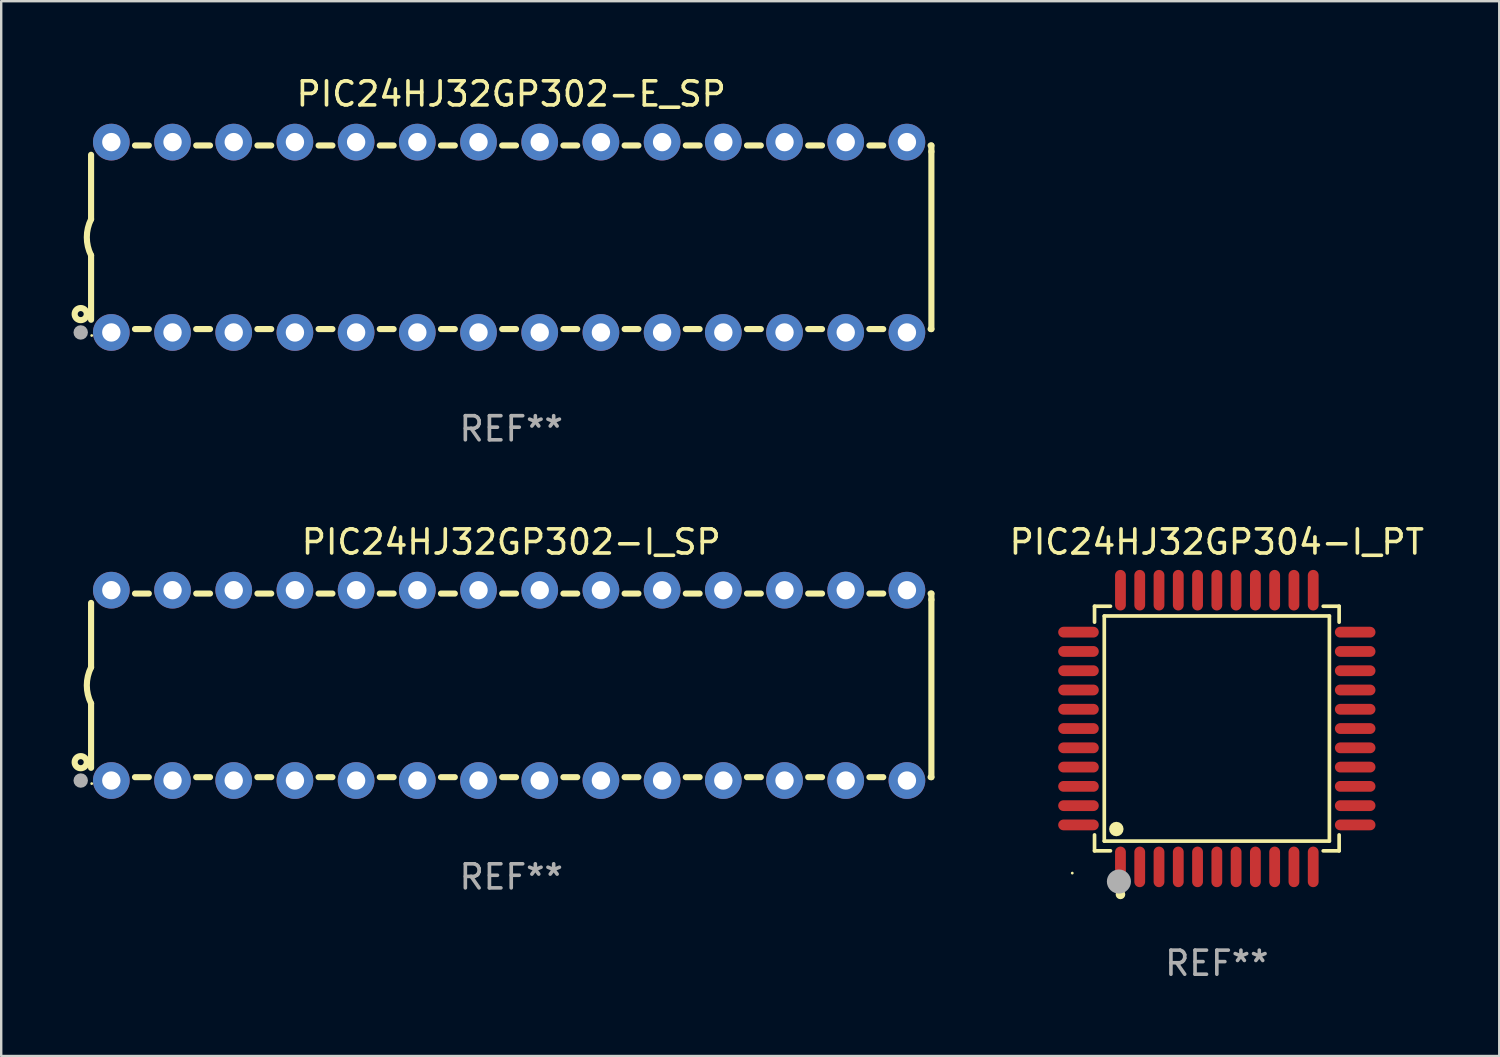
<source format=kicad_pcb>
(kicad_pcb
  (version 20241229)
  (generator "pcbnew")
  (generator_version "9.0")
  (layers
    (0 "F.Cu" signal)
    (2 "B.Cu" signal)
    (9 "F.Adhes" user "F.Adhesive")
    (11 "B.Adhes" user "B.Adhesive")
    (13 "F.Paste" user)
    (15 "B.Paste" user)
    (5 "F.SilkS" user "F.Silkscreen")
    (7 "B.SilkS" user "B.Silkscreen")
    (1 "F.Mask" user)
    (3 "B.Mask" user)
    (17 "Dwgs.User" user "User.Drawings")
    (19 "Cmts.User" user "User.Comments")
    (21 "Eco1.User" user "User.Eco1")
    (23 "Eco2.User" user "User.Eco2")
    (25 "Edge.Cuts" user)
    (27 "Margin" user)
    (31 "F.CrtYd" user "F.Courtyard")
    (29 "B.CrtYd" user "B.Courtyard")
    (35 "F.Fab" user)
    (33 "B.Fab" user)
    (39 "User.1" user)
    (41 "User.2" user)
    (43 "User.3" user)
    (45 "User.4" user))
  (footprint "PIC24HJ32GP302-I_SP"
    (layer "F.Cu")
    (at 18.168 25.395)
    (property "Reference" "PIC24HJ32GP302-I_SP" (at 0 -5.95 0) (layer "F.SilkS") (effects (font (size 1 1) (thickness 0.15))))
    (attr through_hole)
    (fp_line (start -17.438 0.75) (end -17.438 3.423) (stroke (width 0.254) (type solid)) (layer "F.SilkS"))
    (fp_line (start -17.438 -3.423) (end -17.438 -0.75) (stroke (width 0.254) (type solid)) (layer "F.SilkS"))
    (fp_line (start -15.615 3.81) (end -15.041 3.81) (stroke (width 0.254) (type solid)) (layer "F.SilkS"))
    (fp_line (start -15.041 -3.81) (end -15.614 -3.81) (stroke (width 0.254) (type solid)) (layer "F.SilkS"))
    (fp_line (start -13.075 3.81) (end -12.501 3.81) (stroke (width 0.254) (type solid)) (layer "F.SilkS"))
    (fp_line (start -12.501 -3.81) (end -13.074 -3.81) (stroke (width 0.254) (type solid)) (layer "F.SilkS"))
    (fp_line (start -10.535 3.81) (end -9.961 3.81) (stroke (width 0.254) (type solid)) (layer "F.SilkS"))
    (fp_line (start -9.961 -3.81) (end -10.534 -3.81) (stroke (width 0.254) (type solid)) (layer "F.SilkS"))
    (fp_line (start -7.995 3.81) (end -7.421 3.81) (stroke (width 0.254) (type solid)) (layer "F.SilkS"))
    (fp_line (start -7.421 -3.81) (end -7.995 -3.81) (stroke (width 0.254) (type solid)) (layer "F.SilkS"))
    (fp_line (start -5.455 3.81) (end -4.881 3.81) (stroke (width 0.254) (type solid)) (layer "F.SilkS"))
    (fp_line (start -4.881 -3.81) (end -5.455 -3.81) (stroke (width 0.254) (type solid)) (layer "F.SilkS"))
    (fp_line (start -2.915 3.81) (end -2.341 3.81) (stroke (width 0.254) (type solid)) (layer "F.SilkS"))
    (fp_line (start -2.341 -3.81) (end -2.915 -3.81) (stroke (width 0.254) (type solid)) (layer "F.SilkS"))
    (fp_line (start -0.375 3.81) (end 0.199 3.81) (stroke (width 0.254) (type solid)) (layer "F.SilkS"))
    (fp_line (start 0.199 -3.81) (end -0.375 -3.81) (stroke (width 0.254) (type solid)) (layer "F.SilkS"))
    (fp_line (start 2.165 3.81) (end 2.739 3.81) (stroke (width 0.254) (type solid)) (layer "F.SilkS"))
    (fp_line (start 2.739 -3.81) (end 2.165 -3.81) (stroke (width 0.254) (type solid)) (layer "F.SilkS"))
    (fp_line (start 4.705 3.81) (end 5.279 3.81) (stroke (width 0.254) (type solid)) (layer "F.SilkS"))
    (fp_line (start 5.279 -3.81) (end 4.705 -3.81) (stroke (width 0.254) (type solid)) (layer "F.SilkS"))
    (fp_line (start 7.245 3.81) (end 7.819 3.81) (stroke (width 0.254) (type solid)) (layer "F.SilkS"))
    (fp_line (start 7.819 -3.81) (end 7.245 -3.81) (stroke (width 0.254) (type solid)) (layer "F.SilkS"))
    (fp_line (start 9.785 3.81) (end 10.359 3.81) (stroke (width 0.254) (type solid)) (layer "F.SilkS"))
    (fp_line (start 10.359 -3.81) (end 9.785 -3.81) (stroke (width 0.254) (type solid)) (layer "F.SilkS"))
    (fp_line (start 12.325 3.81) (end 12.899 3.81) (stroke (width 0.254) (type solid)) (layer "F.SilkS"))
    (fp_line (start 12.899 -3.81) (end 12.325 -3.81) (stroke (width 0.254) (type solid)) (layer "F.SilkS"))
    (fp_line (start 14.865 3.81) (end 15.439 3.81) (stroke (width 0.254) (type solid)) (layer "F.SilkS"))
    (fp_line (start 15.439 -3.81) (end 14.865 -3.81) (stroke (width 0.254) (type solid)) (layer "F.SilkS"))
    (fp_line (start 17.405 3.81) (end 17.438 3.81) (stroke (width 0.254) (type solid)) (layer "F.SilkS"))
    (fp_line (start 17.438 -3.81) (end 17.405 -3.81) (stroke (width 0.254) (type solid)) (layer "F.SilkS"))
    (fp_line (start 17.438 -3.556) (end 17.438 -3.81) (stroke (width 0.254) (type solid)) (layer "F.SilkS"))
    (fp_line (start 17.438 3.81) (end 17.438 -3.556) (stroke (width 0.254) (type solid)) (layer "F.SilkS"))
    (fp_arc (start -17.437986 0.749657) (mid -17.614887 -0.000024) (end -17.437783 -0.749657) (stroke (width 0.254001) (type solid)) (layer "F.SilkS"))
    (fp_circle (center -17.868 3.188) (end -17.743 3.188) (stroke (width 0.254) (type solid)) (fill no) (layer "F.SilkS"))
    (fp_circle (center -17.411 4.077) (end -17.381 4.077) (stroke (width 0.06) (type solid)) (fill no) (layer "F.SilkS"))
    (fp_circle (center -17.868 3.95) (end -17.718 3.95) (stroke (width 0.3) (type solid)) (fill no) (layer "F.Fab"))
    (fp_text user "REF**" (at 0 7.95 0) (layer "F.Fab") (effects (font (size 1 1) (thickness 0.15))))
    (pad "1" thru_hole circle (at -16.598 3.95) (size 1.524 1.524) (drill 0.762) (layers "*.Cu" "*.Mask"))
    (pad "2" thru_hole circle (at -14.058 3.95) (size 1.524 1.524) (drill 0.762) (layers "*.Cu" "*.Mask"))
    (pad "3" thru_hole circle (at -11.518 3.95) (size 1.524 1.524) (drill 0.762) (layers "*.Cu" "*.Mask"))
    (pad "4" thru_hole circle (at -8.978 3.95) (size 1.524 1.524) (drill 0.762) (layers "*.Cu" "*.Mask"))
    (pad "5" thru_hole circle (at -6.438 3.95) (size 1.524 1.524) (drill 0.762) (layers "*.Cu" "*.Mask"))
    (pad "6" thru_hole circle (at -3.898 3.95) (size 1.524 1.524) (drill 0.762) (layers "*.Cu" "*.Mask"))
    (pad "7" thru_hole circle (at -1.358 3.95) (size 1.524 1.524) (drill 0.762) (layers "*.Cu" "*.Mask"))
    (pad "8" thru_hole circle (at 1.182 3.95) (size 1.524 1.524) (drill 0.762) (layers "*.Cu" "*.Mask"))
    (pad "9" thru_hole circle (at 3.722 3.95) (size 1.524 1.524) (drill 0.762) (layers "*.Cu" "*.Mask"))
    (pad "10" thru_hole circle (at 6.262 3.95) (size 1.524 1.524) (drill 0.762) (layers "*.Cu" "*.Mask"))
    (pad "11" thru_hole circle (at 8.802 3.95) (size 1.524 1.524) (drill 0.762) (layers "*.Cu" "*.Mask"))
    (pad "12" thru_hole circle (at 11.342 3.95) (size 1.524 1.524) (drill 0.762) (layers "*.Cu" "*.Mask"))
    (pad "13" thru_hole circle (at 13.882 3.95) (size 1.524 1.524) (drill 0.762) (layers "*.Cu" "*.Mask"))
    (pad "14" thru_hole circle (at 16.422 3.95) (size 1.524 1.524) (drill 0.762) (layers "*.Cu" "*.Mask"))
    (pad "15" thru_hole circle (at 16.422 -3.95) (size 1.524 1.524) (drill 0.762) (layers "*.Cu" "*.Mask"))
    (pad "16" thru_hole circle (at 13.882 -3.95) (size 1.524 1.524) (drill 0.762) (layers "*.Cu" "*.Mask"))
    (pad "17" thru_hole circle (at 11.342 -3.95) (size 1.524 1.524) (drill 0.762) (layers "*.Cu" "*.Mask"))
    (pad "18" thru_hole circle (at 8.802 -3.95) (size 1.524 1.524) (drill 0.762) (layers "*.Cu" "*.Mask"))
    (pad "19" thru_hole circle (at 6.262 -3.95) (size 1.524 1.524) (drill 0.762) (layers "*.Cu" "*.Mask"))
    (pad "20" thru_hole circle (at 3.722 -3.95) (size 1.524 1.524) (drill 0.762) (layers "*.Cu" "*.Mask"))
    (pad "21" thru_hole circle (at 1.182 -3.95) (size 1.524 1.524) (drill 0.762) (layers "*.Cu" "*.Mask"))
    (pad "22" thru_hole circle (at -1.358 -3.95) (size 1.524 1.524) (drill 0.762) (layers "*.Cu" "*.Mask"))
    (pad "23" thru_hole circle (at -3.898 -3.95) (size 1.524 1.524) (drill 0.762) (layers "*.Cu" "*.Mask"))
    (pad "24" thru_hole circle (at -6.438 -3.95) (size 1.524 1.524) (drill 0.762) (layers "*.Cu" "*.Mask"))
    (pad "25" thru_hole circle (at -8.978 -3.95) (size 1.524 1.524) (drill 0.762) (layers "*.Cu" "*.Mask"))
    (pad "26" thru_hole circle (at -11.517 -3.95) (size 1.524 1.524) (drill 0.762) (layers "*.Cu" "*.Mask"))
    (pad "27" thru_hole circle (at -14.057 -3.95) (size 1.524 1.524) (drill 0.762) (layers "*.Cu" "*.Mask"))
    (pad "28" thru_hole circle (at -16.597 -3.95) (size 1.524 1.524) (drill 0.762) (layers "*.Cu" "*.Mask")))
  (footprint "PIC24HJ32GP302-E_SP"
    (layer "F.Cu")
    (at 18.168 6.798)
    (property "Reference" "PIC24HJ32GP302-E_SP" (at 0 -5.95 0) (layer "F.SilkS") (effects (font (size 1 1) (thickness 0.15))))
    (attr through_hole)
    (fp_line (start -17.438 0.75) (end -17.438 3.423) (stroke (width 0.254) (type solid)) (layer "F.SilkS"))
    (fp_line (start -17.438 -3.423) (end -17.438 -0.75) (stroke (width 0.254) (type solid)) (layer "F.SilkS"))
    (fp_line (start -15.615 3.81) (end -15.041 3.81) (stroke (width 0.254) (type solid)) (layer "F.SilkS"))
    (fp_line (start -15.041 -3.81) (end -15.614 -3.81) (stroke (width 0.254) (type solid)) (layer "F.SilkS"))
    (fp_line (start -13.075 3.81) (end -12.501 3.81) (stroke (width 0.254) (type solid)) (layer "F.SilkS"))
    (fp_line (start -12.501 -3.81) (end -13.074 -3.81) (stroke (width 0.254) (type solid)) (layer "F.SilkS"))
    (fp_line (start -10.535 3.81) (end -9.961 3.81) (stroke (width 0.254) (type solid)) (layer "F.SilkS"))
    (fp_line (start -9.961 -3.81) (end -10.534 -3.81) (stroke (width 0.254) (type solid)) (layer "F.SilkS"))
    (fp_line (start -7.995 3.81) (end -7.421 3.81) (stroke (width 0.254) (type solid)) (layer "F.SilkS"))
    (fp_line (start -7.421 -3.81) (end -7.995 -3.81) (stroke (width 0.254) (type solid)) (layer "F.SilkS"))
    (fp_line (start -5.455 3.81) (end -4.881 3.81) (stroke (width 0.254) (type solid)) (layer "F.SilkS"))
    (fp_line (start -4.881 -3.81) (end -5.455 -3.81) (stroke (width 0.254) (type solid)) (layer "F.SilkS"))
    (fp_line (start -2.915 3.81) (end -2.341 3.81) (stroke (width 0.254) (type solid)) (layer "F.SilkS"))
    (fp_line (start -2.341 -3.81) (end -2.915 -3.81) (stroke (width 0.254) (type solid)) (layer "F.SilkS"))
    (fp_line (start -0.375 3.81) (end 0.199 3.81) (stroke (width 0.254) (type solid)) (layer "F.SilkS"))
    (fp_line (start 0.199 -3.81) (end -0.375 -3.81) (stroke (width 0.254) (type solid)) (layer "F.SilkS"))
    (fp_line (start 2.165 3.81) (end 2.739 3.81) (stroke (width 0.254) (type solid)) (layer "F.SilkS"))
    (fp_line (start 2.739 -3.81) (end 2.165 -3.81) (stroke (width 0.254) (type solid)) (layer "F.SilkS"))
    (fp_line (start 4.705 3.81) (end 5.279 3.81) (stroke (width 0.254) (type solid)) (layer "F.SilkS"))
    (fp_line (start 5.279 -3.81) (end 4.705 -3.81) (stroke (width 0.254) (type solid)) (layer "F.SilkS"))
    (fp_line (start 7.245 3.81) (end 7.819 3.81) (stroke (width 0.254) (type solid)) (layer "F.SilkS"))
    (fp_line (start 7.819 -3.81) (end 7.245 -3.81) (stroke (width 0.254) (type solid)) (layer "F.SilkS"))
    (fp_line (start 9.785 3.81) (end 10.359 3.81) (stroke (width 0.254) (type solid)) (layer "F.SilkS"))
    (fp_line (start 10.359 -3.81) (end 9.785 -3.81) (stroke (width 0.254) (type solid)) (layer "F.SilkS"))
    (fp_line (start 12.325 3.81) (end 12.899 3.81) (stroke (width 0.254) (type solid)) (layer "F.SilkS"))
    (fp_line (start 12.899 -3.81) (end 12.325 -3.81) (stroke (width 0.254) (type solid)) (layer "F.SilkS"))
    (fp_line (start 14.865 3.81) (end 15.439 3.81) (stroke (width 0.254) (type solid)) (layer "F.SilkS"))
    (fp_line (start 15.439 -3.81) (end 14.865 -3.81) (stroke (width 0.254) (type solid)) (layer "F.SilkS"))
    (fp_line (start 17.405 3.81) (end 17.438 3.81) (stroke (width 0.254) (type solid)) (layer "F.SilkS"))
    (fp_line (start 17.438 -3.81) (end 17.405 -3.81) (stroke (width 0.254) (type solid)) (layer "F.SilkS"))
    (fp_line (start 17.438 -3.556) (end 17.438 -3.81) (stroke (width 0.254) (type solid)) (layer "F.SilkS"))
    (fp_line (start 17.438 3.81) (end 17.438 -3.556) (stroke (width 0.254) (type solid)) (layer "F.SilkS"))
    (fp_arc (start -17.437986 0.749657) (mid -17.614887 -0.000024) (end -17.437783 -0.749657) (stroke (width 0.254001) (type solid)) (layer "F.SilkS"))
    (fp_circle (center -17.868 3.188) (end -17.743 3.188) (stroke (width 0.254) (type solid)) (fill no) (layer "F.SilkS"))
    (fp_circle (center -17.411 4.077) (end -17.381 4.077) (stroke (width 0.06) (type solid)) (fill no) (layer "F.SilkS"))
    (fp_circle (center -17.868 3.95) (end -17.718 3.95) (stroke (width 0.3) (type solid)) (fill no) (layer "F.Fab"))
    (fp_text user "REF**" (at 0 7.95 0) (layer "F.Fab") (effects (font (size 1 1) (thickness 0.15))))
    (pad "1" thru_hole circle (at -16.598 3.95) (size 1.524 1.524) (drill 0.762) (layers "*.Cu" "*.Mask"))
    (pad "2" thru_hole circle (at -14.058 3.95) (size 1.524 1.524) (drill 0.762) (layers "*.Cu" "*.Mask"))
    (pad "3" thru_hole circle (at -11.518 3.95) (size 1.524 1.524) (drill 0.762) (layers "*.Cu" "*.Mask"))
    (pad "4" thru_hole circle (at -8.978 3.95) (size 1.524 1.524) (drill 0.762) (layers "*.Cu" "*.Mask"))
    (pad "5" thru_hole circle (at -6.438 3.95) (size 1.524 1.524) (drill 0.762) (layers "*.Cu" "*.Mask"))
    (pad "6" thru_hole circle (at -3.898 3.95) (size 1.524 1.524) (drill 0.762) (layers "*.Cu" "*.Mask"))
    (pad "7" thru_hole circle (at -1.358 3.95) (size 1.524 1.524) (drill 0.762) (layers "*.Cu" "*.Mask"))
    (pad "8" thru_hole circle (at 1.182 3.95) (size 1.524 1.524) (drill 0.762) (layers "*.Cu" "*.Mask"))
    (pad "9" thru_hole circle (at 3.722 3.95) (size 1.524 1.524) (drill 0.762) (layers "*.Cu" "*.Mask"))
    (pad "10" thru_hole circle (at 6.262 3.95) (size 1.524 1.524) (drill 0.762) (layers "*.Cu" "*.Mask"))
    (pad "11" thru_hole circle (at 8.802 3.95) (size 1.524 1.524) (drill 0.762) (layers "*.Cu" "*.Mask"))
    (pad "12" thru_hole circle (at 11.342 3.95) (size 1.524 1.524) (drill 0.762) (layers "*.Cu" "*.Mask"))
    (pad "13" thru_hole circle (at 13.882 3.95) (size 1.524 1.524) (drill 0.762) (layers "*.Cu" "*.Mask"))
    (pad "14" thru_hole circle (at 16.422 3.95) (size 1.524 1.524) (drill 0.762) (layers "*.Cu" "*.Mask"))
    (pad "15" thru_hole circle (at 16.422 -3.95) (size 1.524 1.524) (drill 0.762) (layers "*.Cu" "*.Mask"))
    (pad "16" thru_hole circle (at 13.882 -3.95) (size 1.524 1.524) (drill 0.762) (layers "*.Cu" "*.Mask"))
    (pad "17" thru_hole circle (at 11.342 -3.95) (size 1.524 1.524) (drill 0.762) (layers "*.Cu" "*.Mask"))
    (pad "18" thru_hole circle (at 8.802 -3.95) (size 1.524 1.524) (drill 0.762) (layers "*.Cu" "*.Mask"))
    (pad "19" thru_hole circle (at 6.262 -3.95) (size 1.524 1.524) (drill 0.762) (layers "*.Cu" "*.Mask"))
    (pad "20" thru_hole circle (at 3.722 -3.95) (size 1.524 1.524) (drill 0.762) (layers "*.Cu" "*.Mask"))
    (pad "21" thru_hole circle (at 1.182 -3.95) (size 1.524 1.524) (drill 0.762) (layers "*.Cu" "*.Mask"))
    (pad "22" thru_hole circle (at -1.358 -3.95) (size 1.524 1.524) (drill 0.762) (layers "*.Cu" "*.Mask"))
    (pad "23" thru_hole circle (at -3.898 -3.95) (size 1.524 1.524) (drill 0.762) (layers "*.Cu" "*.Mask"))
    (pad "24" thru_hole circle (at -6.438 -3.95) (size 1.524 1.524) (drill 0.762) (layers "*.Cu" "*.Mask"))
    (pad "25" thru_hole circle (at -8.978 -3.95) (size 1.524 1.524) (drill 0.762) (layers "*.Cu" "*.Mask"))
    (pad "26" thru_hole circle (at -11.517 -3.95) (size 1.524 1.524) (drill 0.762) (layers "*.Cu" "*.Mask"))
    (pad "27" thru_hole circle (at -14.057 -3.95) (size 1.524 1.524) (drill 0.762) (layers "*.Cu" "*.Mask"))
    (pad "28" thru_hole circle (at -16.597 -3.95) (size 1.524 1.524) (drill 0.762) (layers "*.Cu" "*.Mask")))
  (footprint "PIC24HJ32GP304-I_PT"
    (layer "F.Cu")
    (at 47.453 27.187)
    (property "Reference" "PIC24HJ32GP304-I_PT" (at 0 -7.742 0) (layer "F.SilkS") (effects (font (size 1 1) (thickness 0.15))))
    (attr through_hole)
    (fp_line (start -5.076 -5.076) (end -4.415 -5.076) (stroke (width 0.152) (type solid)) (layer "F.SilkS"))
    (fp_line (start -5.076 -4.415) (end -5.076 -5.076) (stroke (width 0.152) (type solid)) (layer "F.SilkS"))
    (fp_line (start -5.076 4.415) (end -5.076 5.076) (stroke (width 0.152) (type solid)) (layer "F.SilkS"))
    (fp_line (start -5.076 5.076) (end -4.415 5.076) (stroke (width 0.152) (type solid)) (layer "F.SilkS"))
    (fp_line (start -4.671 -4.671) (end 4.671 -4.671) (stroke (width 0.152) (type solid)) (layer "F.SilkS"))
    (fp_line (start -4.671 4.671) (end -4.671 -4.671) (stroke (width 0.152) (type solid)) (layer "F.SilkS"))
    (fp_line (start 4.671 -4.671) (end 4.671 4.671) (stroke (width 0.152) (type solid)) (layer "F.SilkS"))
    (fp_line (start 4.671 4.671) (end -4.671 4.671) (stroke (width 0.152) (type solid)) (layer "F.SilkS"))
    (fp_line (start 5.076 -5.076) (end 4.415 -5.076) (stroke (width 0.152) (type solid)) (layer "F.SilkS"))
    (fp_line (start 5.076 -4.415) (end 5.076 -5.076) (stroke (width 0.152) (type solid)) (layer "F.SilkS"))
    (fp_line (start 5.076 4.415) (end 5.076 5.076) (stroke (width 0.152) (type solid)) (layer "F.SilkS"))
    (fp_line (start 5.076 5.076) (end 4.415 5.076) (stroke (width 0.152) (type solid)) (layer "F.SilkS"))
    (fp_circle (center -6 6) (end -5.97 6) (stroke (width 0.06) (type solid)) (fill no) (layer "F.SilkS"))
    (fp_circle (center -4.171 4.171) (end -4.021 4.171) (stroke (width 0.3) (type solid)) (fill no) (layer "F.SilkS"))
    (fp_circle (center -4 6.884) (end -3.9 6.884) (stroke (width 0.2) (type solid)) (fill no) (layer "F.SilkS"))
    (fp_circle (center -4.064 6.35) (end -3.814 6.35) (stroke (width 0.5) (type solid)) (fill no) (layer "F.Fab"))
    (fp_text user "REF**" (at 0 9.742 0) (layer "F.Fab") (effects (font (size 1 1) (thickness 0.15))))
    (pad "1" smd oval (at -4 5.742) (size 0.448 1.684) (layers "F.Cu" "F.Mask" "F.Paste"))
    (pad "2" smd oval (at -3.2 5.742) (size 0.448 1.684) (layers "F.Cu" "F.Mask" "F.Paste"))
    (pad "3" smd oval (at -2.4 5.742) (size 0.448 1.684) (layers "F.Cu" "F.Mask" "F.Paste"))
    (pad "4" smd oval (at -1.6 5.742) (size 0.448 1.684) (layers "F.Cu" "F.Mask" "F.Paste"))
    (pad "5" smd oval (at -0.8 5.742) (size 0.448 1.684) (layers "F.Cu" "F.Mask" "F.Paste"))
    (pad "6" smd oval (at 0 5.742) (size 0.448 1.684) (layers "F.Cu" "F.Mask" "F.Paste"))
    (pad "7" smd oval (at 0.8 5.742) (size 0.448 1.684) (layers "F.Cu" "F.Mask" "F.Paste"))
    (pad "8" smd oval (at 1.6 5.742) (size 0.448 1.684) (layers "F.Cu" "F.Mask" "F.Paste"))
    (pad "9" smd oval (at 2.4 5.742) (size 0.448 1.684) (layers "F.Cu" "F.Mask" "F.Paste"))
    (pad "10" smd oval (at 3.2 5.742) (size 0.448 1.684) (layers "F.Cu" "F.Mask" "F.Paste"))
    (pad "11" smd oval (at 4 5.742) (size 0.448 1.684) (layers "F.Cu" "F.Mask" "F.Paste"))
    (pad "12" smd oval (at 5.742 4) (size 1.684 0.448) (layers "F.Cu" "F.Mask" "F.Paste"))
    (pad "13" smd oval (at 5.742 3.2) (size 1.684 0.448) (layers "F.Cu" "F.Mask" "F.Paste"))
    (pad "14" smd oval (at 5.742 2.4) (size 1.684 0.448) (layers "F.Cu" "F.Mask" "F.Paste"))
    (pad "15" smd oval (at 5.742 1.6) (size 1.684 0.448) (layers "F.Cu" "F.Mask" "F.Paste"))
    (pad "16" smd oval (at 5.742 0.8) (size 1.684 0.448) (layers "F.Cu" "F.Mask" "F.Paste"))
    (pad "17" smd oval (at 5.742 0) (size 1.684 0.448) (layers "F.Cu" "F.Mask" "F.Paste"))
    (pad "18" smd oval (at 5.742 -0.8) (size 1.684 0.448) (layers "F.Cu" "F.Mask" "F.Paste"))
    (pad "19" smd oval (at 5.742 -1.6) (size 1.684 0.448) (layers "F.Cu" "F.Mask" "F.Paste"))
    (pad "20" smd oval (at 5.742 -2.4) (size 1.684 0.448) (layers "F.Cu" "F.Mask" "F.Paste"))
    (pad "21" smd oval (at 5.742 -3.2) (size 1.684 0.448) (layers "F.Cu" "F.Mask" "F.Paste"))
    (pad "22" smd oval (at 5.742 -4) (size 1.684 0.448) (layers "F.Cu" "F.Mask" "F.Paste"))
    (pad "23" smd oval (at 4 -5.742) (size 0.448 1.684) (layers "F.Cu" "F.Mask" "F.Paste"))
    (pad "24" smd oval (at 3.2 -5.742) (size 0.448 1.684) (layers "F.Cu" "F.Mask" "F.Paste"))
    (pad "25" smd oval (at 2.4 -5.742) (size 0.448 1.684) (layers "F.Cu" "F.Mask" "F.Paste"))
    (pad "26" smd oval (at 1.6 -5.742) (size 0.448 1.684) (layers "F.Cu" "F.Mask" "F.Paste"))
    (pad "27" smd oval (at 0.8 -5.742) (size 0.448 1.684) (layers "F.Cu" "F.Mask" "F.Paste"))
    (pad "28" smd oval (at 0 -5.742) (size 0.448 1.684) (layers "F.Cu" "F.Mask" "F.Paste"))
    (pad "29" smd oval (at -0.8 -5.742) (size 0.448 1.684) (layers "F.Cu" "F.Mask" "F.Paste"))
    (pad "30" smd oval (at -1.6 -5.742) (size 0.448 1.684) (layers "F.Cu" "F.Mask" "F.Paste"))
    (pad "31" smd oval (at -2.4 -5.742) (size 0.448 1.684) (layers "F.Cu" "F.Mask" "F.Paste"))
    (pad "32" smd oval (at -3.2 -5.742) (size 0.448 1.684) (layers "F.Cu" "F.Mask" "F.Paste"))
    (pad "33" smd oval (at -4 -5.742) (size 0.448 1.684) (layers "F.Cu" "F.Mask" "F.Paste"))
    (pad "34" smd oval (at -5.742 -4) (size 1.684 0.448) (layers "F.Cu" "F.Mask" "F.Paste"))
    (pad "35" smd oval (at -5.742 -3.2) (size 1.684 0.448) (layers "F.Cu" "F.Mask" "F.Paste"))
    (pad "36" smd oval (at -5.742 -2.4) (size 1.684 0.448) (layers "F.Cu" "F.Mask" "F.Paste"))
    (pad "37" smd oval (at -5.742 -1.6) (size 1.684 0.448) (layers "F.Cu" "F.Mask" "F.Paste"))
    (pad "38" smd oval (at -5.742 -0.8) (size 1.684 0.448) (layers "F.Cu" "F.Mask" "F.Paste"))
    (pad "39" smd oval (at -5.742 0) (size 1.684 0.448) (layers "F.Cu" "F.Mask" "F.Paste"))
    (pad "40" smd oval (at -5.742 0.8) (size 1.684 0.448) (layers "F.Cu" "F.Mask" "F.Paste"))
    (pad "41" smd oval (at -5.742 1.6) (size 1.684 0.448) (layers "F.Cu" "F.Mask" "F.Paste"))
    (pad "42" smd oval (at -5.742 2.4) (size 1.684 0.448) (layers "F.Cu" "F.Mask" "F.Paste"))
    (pad "43" smd oval (at -5.742 3.2) (size 1.684 0.448) (layers "F.Cu" "F.Mask" "F.Paste"))
    (pad "44" smd oval (at -5.742 4) (size 1.684 0.448) (layers "F.Cu" "F.Mask" "F.Paste")))
  (gr_rect
    (start -3 -3)
    (end 59.174 40.777)
    (stroke (width 0.1) (type default))
    (fill no)
    (layer "Edge.Cuts")))
</source>
